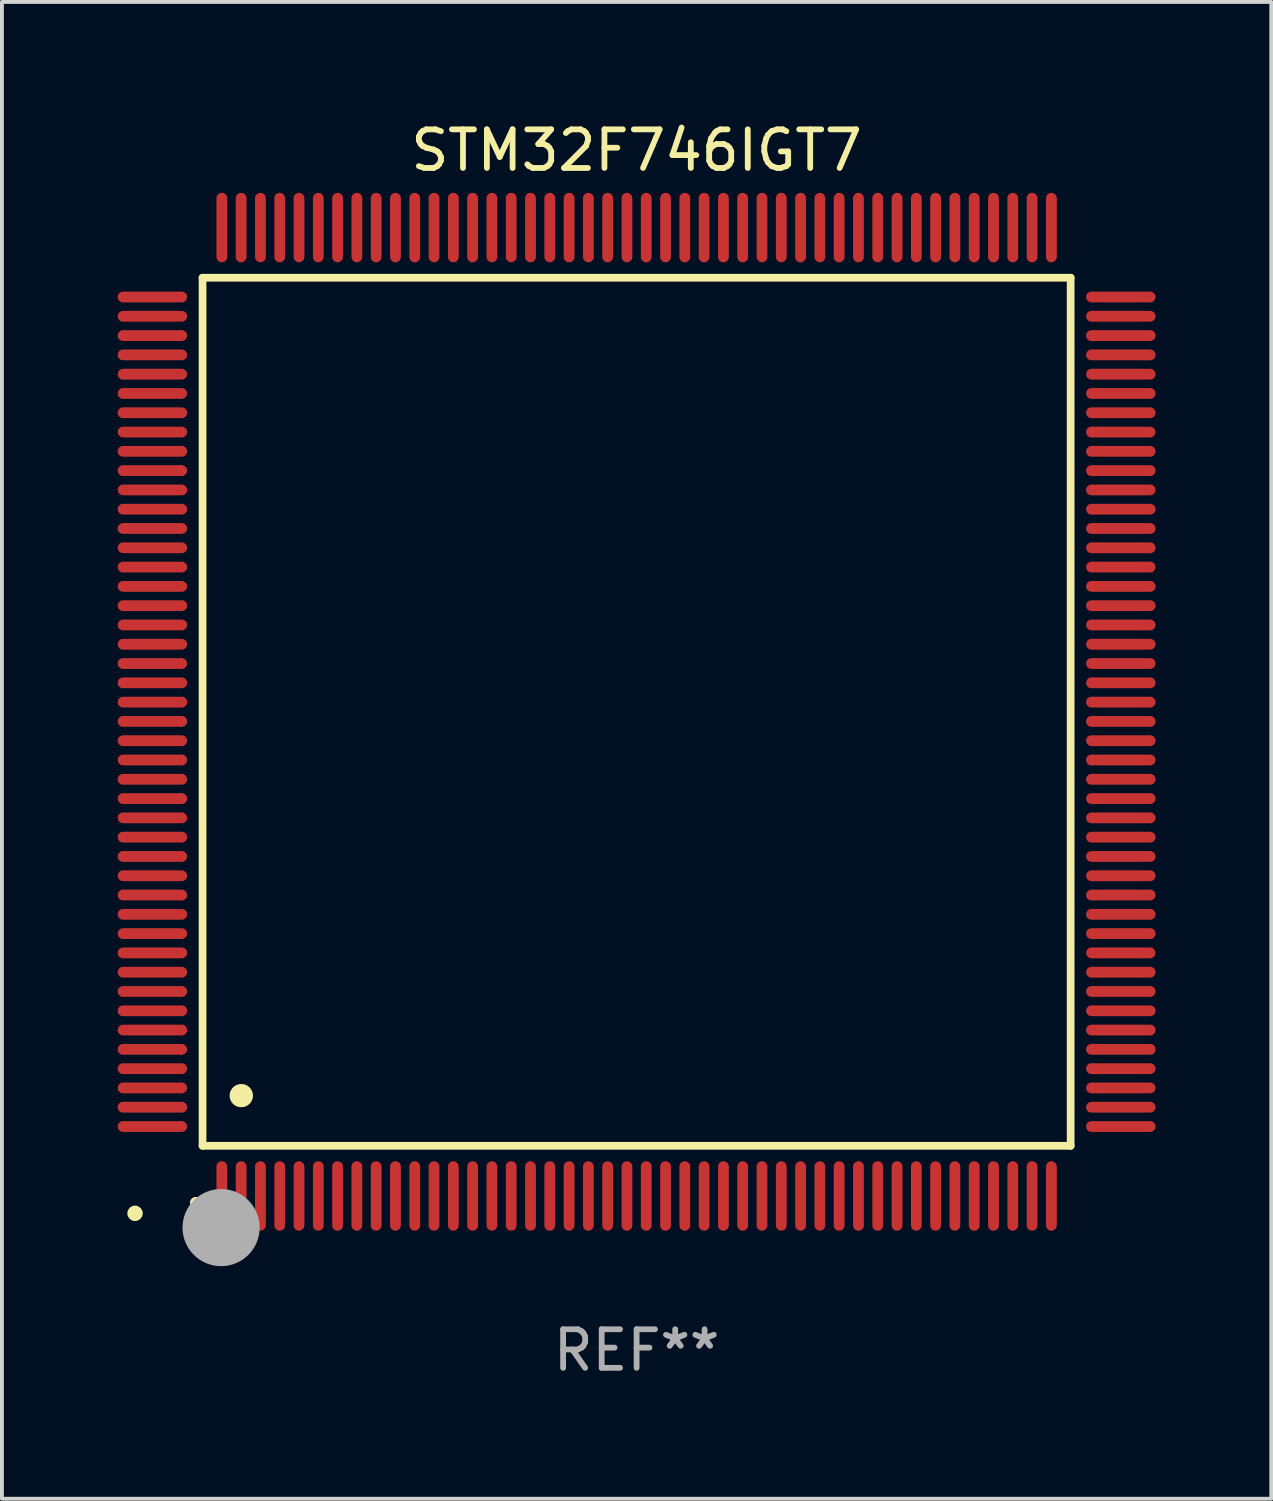
<source format=kicad_pcb>
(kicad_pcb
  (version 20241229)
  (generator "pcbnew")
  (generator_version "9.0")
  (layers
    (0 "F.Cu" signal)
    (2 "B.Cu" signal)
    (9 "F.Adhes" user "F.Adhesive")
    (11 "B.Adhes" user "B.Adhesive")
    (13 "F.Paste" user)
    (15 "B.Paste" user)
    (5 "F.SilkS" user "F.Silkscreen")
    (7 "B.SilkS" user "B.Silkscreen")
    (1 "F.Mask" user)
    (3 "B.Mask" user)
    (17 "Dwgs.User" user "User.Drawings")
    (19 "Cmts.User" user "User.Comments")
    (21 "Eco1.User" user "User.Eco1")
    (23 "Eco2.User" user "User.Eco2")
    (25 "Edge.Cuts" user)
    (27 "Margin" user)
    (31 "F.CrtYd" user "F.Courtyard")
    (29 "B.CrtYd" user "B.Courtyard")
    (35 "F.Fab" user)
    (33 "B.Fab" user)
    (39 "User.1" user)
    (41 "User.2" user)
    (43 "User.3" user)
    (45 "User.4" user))
  (footprint "STM32F746IGT7"
    (layer "F.Cu")
    (at 13.45 15.398)
    (property "Reference" "STM32F746IGT7" (at 0 -14.55 0) (layer "F.SilkS") (effects (font (size 1 1) (thickness 0.15))))
    (attr through_hole)
    (fp_line (start -11.25 -11.25) (end 11.25 -11.25) (stroke (width 0.2) (type solid)) (layer "F.SilkS"))
    (fp_line (start -11.25 11.25) (end -11.25 -11.25) (stroke (width 0.2) (type solid)) (layer "F.SilkS"))
    (fp_line (start 11.25 -11.25) (end 11.25 11.25) (stroke (width 0.2) (type solid)) (layer "F.SilkS"))
    (fp_line (start 11.25 11.25) (end -11.25 11.25) (stroke (width 0.2) (type solid)) (layer "F.SilkS"))
    (fp_arc (start -11.424943 12.725425) (mid -11.423673 12.72542) (end -11.422403 12.725425) (stroke (width 0.3) (type solid)) (layer "F.SilkS"))
    (fp_arc (start -10.24892 9.9492) (mid -10.24638 9.949189) (end -10.24384 9.9492) (stroke (width 0.6) (type solid)) (layer "F.SilkS"))
    (fp_circle (center -13 13) (end -12.9 13) (stroke (width 0.2) (type solid)) (fill no) (layer "F.SilkS"))
    (fp_circle (center -10.77 13.37) (end -10.27 13.37) (stroke (width 1) (type solid)) (fill no) (layer "F.Fab"))
    (fp_text user "REF**" (at 0 16.55 0) (layer "F.Fab") (effects (font (size 1 1) (thickness 0.15))))
    (pad "1" smd oval (at -10.75 12.55) (size 0.28 1.8) (layers "F.Cu" "F.Mask" "F.Paste"))
    (pad "2" smd oval (at -10.25 12.55) (size 0.28 1.8) (layers "F.Cu" "F.Mask" "F.Paste"))
    (pad "3" smd oval (at -9.75 12.55) (size 0.28 1.8) (layers "F.Cu" "F.Mask" "F.Paste"))
    (pad "4" smd oval (at -9.25 12.55) (size 0.28 1.8) (layers "F.Cu" "F.Mask" "F.Paste"))
    (pad "5" smd oval (at -8.75 12.55) (size 0.28 1.8) (layers "F.Cu" "F.Mask" "F.Paste"))
    (pad "6" smd oval (at -8.25 12.55) (size 0.28 1.8) (layers "F.Cu" "F.Mask" "F.Paste"))
    (pad "7" smd oval (at -7.75 12.55) (size 0.28 1.8) (layers "F.Cu" "F.Mask" "F.Paste"))
    (pad "8" smd oval (at -7.25 12.55) (size 0.28 1.8) (layers "F.Cu" "F.Mask" "F.Paste"))
    (pad "9" smd oval (at -6.75 12.55) (size 0.28 1.8) (layers "F.Cu" "F.Mask" "F.Paste"))
    (pad "10" smd oval (at -6.25 12.55) (size 0.28 1.8) (layers "F.Cu" "F.Mask" "F.Paste"))
    (pad "11" smd oval (at -5.75 12.55) (size 0.28 1.8) (layers "F.Cu" "F.Mask" "F.Paste"))
    (pad "12" smd oval (at -5.25 12.55) (size 0.28 1.8) (layers "F.Cu" "F.Mask" "F.Paste"))
    (pad "13" smd oval (at -4.75 12.55) (size 0.28 1.8) (layers "F.Cu" "F.Mask" "F.Paste"))
    (pad "14" smd oval (at -4.25 12.55) (size 0.28 1.8) (layers "F.Cu" "F.Mask" "F.Paste"))
    (pad "15" smd oval (at -3.75 12.55) (size 0.28 1.8) (layers "F.Cu" "F.Mask" "F.Paste"))
    (pad "16" smd oval (at -3.25 12.55) (size 0.28 1.8) (layers "F.Cu" "F.Mask" "F.Paste"))
    (pad "17" smd oval (at -2.75 12.55) (size 0.28 1.8) (layers "F.Cu" "F.Mask" "F.Paste"))
    (pad "18" smd oval (at -2.25 12.55) (size 0.28 1.8) (layers "F.Cu" "F.Mask" "F.Paste"))
    (pad "19" smd oval (at -1.75 12.55) (size 0.28 1.8) (layers "F.Cu" "F.Mask" "F.Paste"))
    (pad "20" smd oval (at -1.25 12.55) (size 0.28 1.8) (layers "F.Cu" "F.Mask" "F.Paste"))
    (pad "21" smd oval (at -0.75 12.55) (size 0.28 1.8) (layers "F.Cu" "F.Mask" "F.Paste"))
    (pad "22" smd oval (at -0.25 12.55) (size 0.28 1.8) (layers "F.Cu" "F.Mask" "F.Paste"))
    (pad "23" smd oval (at 0.25 12.55) (size 0.28 1.8) (layers "F.Cu" "F.Mask" "F.Paste"))
    (pad "24" smd oval (at 0.75 12.55) (size 0.28 1.8) (layers "F.Cu" "F.Mask" "F.Paste"))
    (pad "25" smd oval (at 1.25 12.55) (size 0.28 1.8) (layers "F.Cu" "F.Mask" "F.Paste"))
    (pad "26" smd oval (at 1.75 12.55) (size 0.28 1.8) (layers "F.Cu" "F.Mask" "F.Paste"))
    (pad "27" smd oval (at 2.25 12.55) (size 0.28 1.8) (layers "F.Cu" "F.Mask" "F.Paste"))
    (pad "28" smd oval (at 2.75 12.55) (size 0.28 1.8) (layers "F.Cu" "F.Mask" "F.Paste"))
    (pad "29" smd oval (at 3.25 12.55) (size 0.28 1.8) (layers "F.Cu" "F.Mask" "F.Paste"))
    (pad "30" smd oval (at 3.75 12.55) (size 0.28 1.8) (layers "F.Cu" "F.Mask" "F.Paste"))
    (pad "31" smd oval (at 4.25 12.55) (size 0.28 1.8) (layers "F.Cu" "F.Mask" "F.Paste"))
    (pad "32" smd oval (at 4.75 12.55) (size 0.28 1.8) (layers "F.Cu" "F.Mask" "F.Paste"))
    (pad "33" smd oval (at 5.25 12.55) (size 0.28 1.8) (layers "F.Cu" "F.Mask" "F.Paste"))
    (pad "34" smd oval (at 5.75 12.55) (size 0.28 1.8) (layers "F.Cu" "F.Mask" "F.Paste"))
    (pad "35" smd oval (at 6.25 12.55) (size 0.28 1.8) (layers "F.Cu" "F.Mask" "F.Paste"))
    (pad "36" smd oval (at 6.75 12.55) (size 0.28 1.8) (layers "F.Cu" "F.Mask" "F.Paste"))
    (pad "37" smd oval (at 7.25 12.55) (size 0.28 1.8) (layers "F.Cu" "F.Mask" "F.Paste"))
    (pad "38" smd oval (at 7.75 12.55) (size 0.28 1.8) (layers "F.Cu" "F.Mask" "F.Paste"))
    (pad "39" smd oval (at 8.25 12.55) (size 0.28 1.8) (layers "F.Cu" "F.Mask" "F.Paste"))
    (pad "40" smd oval (at 8.75 12.55) (size 0.28 1.8) (layers "F.Cu" "F.Mask" "F.Paste"))
    (pad "41" smd oval (at 9.25 12.55) (size 0.28 1.8) (layers "F.Cu" "F.Mask" "F.Paste"))
    (pad "42" smd oval (at 9.75 12.55) (size 0.28 1.8) (layers "F.Cu" "F.Mask" "F.Paste"))
    (pad "43" smd oval (at 10.25 12.55) (size 0.28 1.8) (layers "F.Cu" "F.Mask" "F.Paste"))
    (pad "44" smd oval (at 10.75 12.55) (size 0.28 1.8) (layers "F.Cu" "F.Mask" "F.Paste"))
    (pad "45" smd oval (at 12.55 10.75) (size 1.8 0.28) (layers "F.Cu" "F.Mask" "F.Paste"))
    (pad "46" smd oval (at 12.55 10.25) (size 1.8 0.28) (layers "F.Cu" "F.Mask" "F.Paste"))
    (pad "47" smd oval (at 12.55 9.75) (size 1.8 0.28) (layers "F.Cu" "F.Mask" "F.Paste"))
    (pad "48" smd oval (at 12.55 9.25) (size 1.8 0.28) (layers "F.Cu" "F.Mask" "F.Paste"))
    (pad "49" smd oval (at 12.55 8.75) (size 1.8 0.28) (layers "F.Cu" "F.Mask" "F.Paste"))
    (pad "50" smd oval (at 12.55 8.25) (size 1.8 0.28) (layers "F.Cu" "F.Mask" "F.Paste"))
    (pad "51" smd oval (at 12.55 7.75) (size 1.8 0.28) (layers "F.Cu" "F.Mask" "F.Paste"))
    (pad "52" smd oval (at 12.55 7.25) (size 1.8 0.28) (layers "F.Cu" "F.Mask" "F.Paste"))
    (pad "53" smd oval (at 12.55 6.75) (size 1.8 0.28) (layers "F.Cu" "F.Mask" "F.Paste"))
    (pad "54" smd oval (at 12.55 6.25) (size 1.8 0.28) (layers "F.Cu" "F.Mask" "F.Paste"))
    (pad "55" smd oval (at 12.55 5.75) (size 1.8 0.28) (layers "F.Cu" "F.Mask" "F.Paste"))
    (pad "56" smd oval (at 12.55 5.25) (size 1.8 0.28) (layers "F.Cu" "F.Mask" "F.Paste"))
    (pad "57" smd oval (at 12.55 4.75) (size 1.8 0.28) (layers "F.Cu" "F.Mask" "F.Paste"))
    (pad "58" smd oval (at 12.55 4.25) (size 1.8 0.28) (layers "F.Cu" "F.Mask" "F.Paste"))
    (pad "59" smd oval (at 12.55 3.75) (size 1.8 0.28) (layers "F.Cu" "F.Mask" "F.Paste"))
    (pad "60" smd oval (at 12.55 3.25) (size 1.8 0.28) (layers "F.Cu" "F.Mask" "F.Paste"))
    (pad "61" smd oval (at 12.55 2.75) (size 1.8 0.28) (layers "F.Cu" "F.Mask" "F.Paste"))
    (pad "62" smd oval (at 12.55 2.25) (size 1.8 0.28) (layers "F.Cu" "F.Mask" "F.Paste"))
    (pad "63" smd oval (at 12.55 1.75) (size 1.8 0.28) (layers "F.Cu" "F.Mask" "F.Paste"))
    (pad "64" smd oval (at 12.55 1.25) (size 1.8 0.28) (layers "F.Cu" "F.Mask" "F.Paste"))
    (pad "65" smd oval (at 12.55 0.75) (size 1.8 0.28) (layers "F.Cu" "F.Mask" "F.Paste"))
    (pad "66" smd oval (at 12.55 0.25) (size 1.8 0.28) (layers "F.Cu" "F.Mask" "F.Paste"))
    (pad "67" smd oval (at 12.55 -0.25) (size 1.8 0.28) (layers "F.Cu" "F.Mask" "F.Paste"))
    (pad "68" smd oval (at 12.55 -0.75) (size 1.8 0.28) (layers "F.Cu" "F.Mask" "F.Paste"))
    (pad "69" smd oval (at 12.55 -1.25) (size 1.8 0.28) (layers "F.Cu" "F.Mask" "F.Paste"))
    (pad "70" smd oval (at 12.55 -1.75) (size 1.8 0.28) (layers "F.Cu" "F.Mask" "F.Paste"))
    (pad "71" smd oval (at 12.55 -2.25) (size 1.8 0.28) (layers "F.Cu" "F.Mask" "F.Paste"))
    (pad "72" smd oval (at 12.55 -2.75) (size 1.8 0.28) (layers "F.Cu" "F.Mask" "F.Paste"))
    (pad "73" smd oval (at 12.55 -3.25) (size 1.8 0.28) (layers "F.Cu" "F.Mask" "F.Paste"))
    (pad "74" smd oval (at 12.55 -3.75) (size 1.8 0.28) (layers "F.Cu" "F.Mask" "F.Paste"))
    (pad "75" smd oval (at 12.55 -4.25) (size 1.8 0.28) (layers "F.Cu" "F.Mask" "F.Paste"))
    (pad "76" smd oval (at 12.55 -4.75) (size 1.8 0.28) (layers "F.Cu" "F.Mask" "F.Paste"))
    (pad "77" smd oval (at 12.55 -5.25) (size 1.8 0.28) (layers "F.Cu" "F.Mask" "F.Paste"))
    (pad "78" smd oval (at 12.55 -5.75) (size 1.8 0.28) (layers "F.Cu" "F.Mask" "F.Paste"))
    (pad "79" smd oval (at 12.55 -6.25) (size 1.8 0.28) (layers "F.Cu" "F.Mask" "F.Paste"))
    (pad "80" smd oval (at 12.55 -6.75) (size 1.8 0.28) (layers "F.Cu" "F.Mask" "F.Paste"))
    (pad "81" smd oval (at 12.55 -7.25) (size 1.8 0.28) (layers "F.Cu" "F.Mask" "F.Paste"))
    (pad "82" smd oval (at 12.55 -7.75) (size 1.8 0.28) (layers "F.Cu" "F.Mask" "F.Paste"))
    (pad "83" smd oval (at 12.55 -8.25) (size 1.8 0.28) (layers "F.Cu" "F.Mask" "F.Paste"))
    (pad "84" smd oval (at 12.55 -8.75) (size 1.8 0.28) (layers "F.Cu" "F.Mask" "F.Paste"))
    (pad "85" smd oval (at 12.55 -9.25) (size 1.8 0.28) (layers "F.Cu" "F.Mask" "F.Paste"))
    (pad "86" smd oval (at 12.55 -9.75) (size 1.8 0.28) (layers "F.Cu" "F.Mask" "F.Paste"))
    (pad "87" smd oval (at 12.55 -10.25) (size 1.8 0.28) (layers "F.Cu" "F.Mask" "F.Paste"))
    (pad "88" smd oval (at 12.55 -10.75) (size 1.8 0.28) (layers "F.Cu" "F.Mask" "F.Paste"))
    (pad "89" smd oval (at 10.75 -12.55) (size 0.28 1.8) (layers "F.Cu" "F.Mask" "F.Paste"))
    (pad "90" smd oval (at 10.25 -12.55) (size 0.28 1.8) (layers "F.Cu" "F.Mask" "F.Paste"))
    (pad "91" smd oval (at 9.75 -12.55) (size 0.28 1.8) (layers "F.Cu" "F.Mask" "F.Paste"))
    (pad "92" smd oval (at 9.25 -12.55) (size 0.28 1.8) (layers "F.Cu" "F.Mask" "F.Paste"))
    (pad "93" smd oval (at 8.75 -12.55) (size 0.28 1.8) (layers "F.Cu" "F.Mask" "F.Paste"))
    (pad "94" smd oval (at 8.25 -12.55) (size 0.28 1.8) (layers "F.Cu" "F.Mask" "F.Paste"))
    (pad "95" smd oval (at 7.75 -12.55) (size 0.28 1.8) (layers "F.Cu" "F.Mask" "F.Paste"))
    (pad "96" smd oval (at 7.25 -12.55) (size 0.28 1.8) (layers "F.Cu" "F.Mask" "F.Paste"))
    (pad "97" smd oval (at 6.75 -12.55) (size 0.28 1.8) (layers "F.Cu" "F.Mask" "F.Paste"))
    (pad "98" smd oval (at 6.25 -12.55) (size 0.28 1.8) (layers "F.Cu" "F.Mask" "F.Paste"))
    (pad "99" smd oval (at 5.75 -12.55) (size 0.28 1.8) (layers "F.Cu" "F.Mask" "F.Paste"))
    (pad "100" smd oval (at 5.25 -12.55) (size 0.28 1.8) (layers "F.Cu" "F.Mask" "F.Paste"))
    (pad "101" smd oval (at 4.75 -12.55) (size 0.28 1.8) (layers "F.Cu" "F.Mask" "F.Paste"))
    (pad "102" smd oval (at 4.25 -12.55) (size 0.28 1.8) (layers "F.Cu" "F.Mask" "F.Paste"))
    (pad "103" smd oval (at 3.75 -12.55) (size 0.28 1.8) (layers "F.Cu" "F.Mask" "F.Paste"))
    (pad "104" smd oval (at 3.25 -12.55) (size 0.28 1.8) (layers "F.Cu" "F.Mask" "F.Paste"))
    (pad "105" smd oval (at 2.75 -12.55) (size 0.28 1.8) (layers "F.Cu" "F.Mask" "F.Paste"))
    (pad "106" smd oval (at 2.25 -12.55) (size 0.28 1.8) (layers "F.Cu" "F.Mask" "F.Paste"))
    (pad "107" smd oval (at 1.75 -12.55) (size 0.28 1.8) (layers "F.Cu" "F.Mask" "F.Paste"))
    (pad "108" smd oval (at 1.25 -12.55) (size 0.28 1.8) (layers "F.Cu" "F.Mask" "F.Paste"))
    (pad "109" smd oval (at 0.75 -12.55) (size 0.28 1.8) (layers "F.Cu" "F.Mask" "F.Paste"))
    (pad "110" smd oval (at 0.25 -12.55) (size 0.28 1.8) (layers "F.Cu" "F.Mask" "F.Paste"))
    (pad "111" smd oval (at -0.25 -12.55) (size 0.28 1.8) (layers "F.Cu" "F.Mask" "F.Paste"))
    (pad "112" smd oval (at -0.75 -12.55) (size 0.28 1.8) (layers "F.Cu" "F.Mask" "F.Paste"))
    (pad "113" smd oval (at -1.25 -12.55) (size 0.28 1.8) (layers "F.Cu" "F.Mask" "F.Paste"))
    (pad "114" smd oval (at -1.75 -12.55) (size 0.28 1.8) (layers "F.Cu" "F.Mask" "F.Paste"))
    (pad "115" smd oval (at -2.25 -12.55) (size 0.28 1.8) (layers "F.Cu" "F.Mask" "F.Paste"))
    (pad "116" smd oval (at -2.75 -12.55) (size 0.28 1.8) (layers "F.Cu" "F.Mask" "F.Paste"))
    (pad "117" smd oval (at -3.25 -12.55) (size 0.28 1.8) (layers "F.Cu" "F.Mask" "F.Paste"))
    (pad "118" smd oval (at -3.75 -12.55) (size 0.28 1.8) (layers "F.Cu" "F.Mask" "F.Paste"))
    (pad "119" smd oval (at -4.25 -12.55) (size 0.28 1.8) (layers "F.Cu" "F.Mask" "F.Paste"))
    (pad "120" smd oval (at -4.75 -12.55) (size 0.28 1.8) (layers "F.Cu" "F.Mask" "F.Paste"))
    (pad "121" smd oval (at -5.25 -12.55) (size 0.28 1.8) (layers "F.Cu" "F.Mask" "F.Paste"))
    (pad "122" smd oval (at -5.75 -12.55) (size 0.28 1.8) (layers "F.Cu" "F.Mask" "F.Paste"))
    (pad "123" smd oval (at -6.25 -12.55) (size 0.28 1.8) (layers "F.Cu" "F.Mask" "F.Paste"))
    (pad "124" smd oval (at -6.75 -12.55) (size 0.28 1.8) (layers "F.Cu" "F.Mask" "F.Paste"))
    (pad "125" smd oval (at -7.25 -12.55) (size 0.28 1.8) (layers "F.Cu" "F.Mask" "F.Paste"))
    (pad "126" smd oval (at -7.75 -12.55) (size 0.28 1.8) (layers "F.Cu" "F.Mask" "F.Paste"))
    (pad "127" smd oval (at -8.25 -12.55) (size 0.28 1.8) (layers "F.Cu" "F.Mask" "F.Paste"))
    (pad "128" smd oval (at -8.75 -12.55) (size 0.28 1.8) (layers "F.Cu" "F.Mask" "F.Paste"))
    (pad "129" smd oval (at -9.25 -12.55) (size 0.28 1.8) (layers "F.Cu" "F.Mask" "F.Paste"))
    (pad "130" smd oval (at -9.75 -12.55) (size 0.28 1.8) (layers "F.Cu" "F.Mask" "F.Paste"))
    (pad "131" smd oval (at -10.25 -12.55) (size 0.28 1.8) (layers "F.Cu" "F.Mask" "F.Paste"))
    (pad "132" smd oval (at -10.75 -12.55) (size 0.28 1.8) (layers "F.Cu" "F.Mask" "F.Paste"))
    (pad "133" smd oval (at -12.55 -10.75) (size 1.8 0.28) (layers "F.Cu" "F.Mask" "F.Paste"))
    (pad "134" smd oval (at -12.55 -10.25) (size 1.8 0.28) (layers "F.Cu" "F.Mask" "F.Paste"))
    (pad "135" smd oval (at -12.55 -9.75) (size 1.8 0.28) (layers "F.Cu" "F.Mask" "F.Paste"))
    (pad "136" smd oval (at -12.55 -9.25) (size 1.8 0.28) (layers "F.Cu" "F.Mask" "F.Paste"))
    (pad "137" smd oval (at -12.55 -8.75) (size 1.8 0.28) (layers "F.Cu" "F.Mask" "F.Paste"))
    (pad "138" smd oval (at -12.55 -8.25) (size 1.8 0.28) (layers "F.Cu" "F.Mask" "F.Paste"))
    (pad "139" smd oval (at -12.55 -7.75) (size 1.8 0.28) (layers "F.Cu" "F.Mask" "F.Paste"))
    (pad "140" smd oval (at -12.55 -7.25) (size 1.8 0.28) (layers "F.Cu" "F.Mask" "F.Paste"))
    (pad "141" smd oval (at -12.55 -6.75) (size 1.8 0.28) (layers "F.Cu" "F.Mask" "F.Paste"))
    (pad "142" smd oval (at -12.55 -6.25) (size 1.8 0.28) (layers "F.Cu" "F.Mask" "F.Paste"))
    (pad "143" smd oval (at -12.55 -5.75) (size 1.8 0.28) (layers "F.Cu" "F.Mask" "F.Paste"))
    (pad "144" smd oval (at -12.55 -5.25) (size 1.8 0.28) (layers "F.Cu" "F.Mask" "F.Paste"))
    (pad "145" smd oval (at -12.55 -4.75) (size 1.8 0.28) (layers "F.Cu" "F.Mask" "F.Paste"))
    (pad "146" smd oval (at -12.55 -4.25) (size 1.8 0.28) (layers "F.Cu" "F.Mask" "F.Paste"))
    (pad "147" smd oval (at -12.55 -3.75) (size 1.8 0.28) (layers "F.Cu" "F.Mask" "F.Paste"))
    (pad "148" smd oval (at -12.55 -3.25) (size 1.8 0.28) (layers "F.Cu" "F.Mask" "F.Paste"))
    (pad "149" smd oval (at -12.55 -2.75) (size 1.8 0.28) (layers "F.Cu" "F.Mask" "F.Paste"))
    (pad "150" smd oval (at -12.55 -2.25) (size 1.8 0.28) (layers "F.Cu" "F.Mask" "F.Paste"))
    (pad "151" smd oval (at -12.55 -1.75) (size 1.8 0.28) (layers "F.Cu" "F.Mask" "F.Paste"))
    (pad "152" smd oval (at -12.55 -1.25) (size 1.8 0.28) (layers "F.Cu" "F.Mask" "F.Paste"))
    (pad "153" smd oval (at -12.55 -0.75) (size 1.8 0.28) (layers "F.Cu" "F.Mask" "F.Paste"))
    (pad "154" smd oval (at -12.55 -0.25) (size 1.8 0.28) (layers "F.Cu" "F.Mask" "F.Paste"))
    (pad "155" smd oval (at -12.55 0.25) (size 1.8 0.28) (layers "F.Cu" "F.Mask" "F.Paste"))
    (pad "156" smd oval (at -12.55 0.75) (size 1.8 0.28) (layers "F.Cu" "F.Mask" "F.Paste"))
    (pad "157" smd oval (at -12.55 1.25) (size 1.8 0.28) (layers "F.Cu" "F.Mask" "F.Paste"))
    (pad "158" smd oval (at -12.55 1.75) (size 1.8 0.28) (layers "F.Cu" "F.Mask" "F.Paste"))
    (pad "159" smd oval (at -12.55 2.25) (size 1.8 0.28) (layers "F.Cu" "F.Mask" "F.Paste"))
    (pad "160" smd oval (at -12.55 2.75) (size 1.8 0.28) (layers "F.Cu" "F.Mask" "F.Paste"))
    (pad "161" smd oval (at -12.55 3.25) (size 1.8 0.28) (layers "F.Cu" "F.Mask" "F.Paste"))
    (pad "162" smd oval (at -12.55 3.75) (size 1.8 0.28) (layers "F.Cu" "F.Mask" "F.Paste"))
    (pad "163" smd oval (at -12.55 4.25) (size 1.8 0.28) (layers "F.Cu" "F.Mask" "F.Paste"))
    (pad "164" smd oval (at -12.55 4.75) (size 1.8 0.28) (layers "F.Cu" "F.Mask" "F.Paste"))
    (pad "165" smd oval (at -12.55 5.25) (size 1.8 0.28) (layers "F.Cu" "F.Mask" "F.Paste"))
    (pad "166" smd oval (at -12.55 5.75) (size 1.8 0.28) (layers "F.Cu" "F.Mask" "F.Paste"))
    (pad "167" smd oval (at -12.55 6.25) (size 1.8 0.28) (layers "F.Cu" "F.Mask" "F.Paste"))
    (pad "168" smd oval (at -12.55 6.75) (size 1.8 0.28) (layers "F.Cu" "F.Mask" "F.Paste"))
    (pad "169" smd oval (at -12.55 7.25) (size 1.8 0.28) (layers "F.Cu" "F.Mask" "F.Paste"))
    (pad "170" smd oval (at -12.55 7.75) (size 1.8 0.28) (layers "F.Cu" "F.Mask" "F.Paste"))
    (pad "171" smd oval (at -12.55 8.25) (size 1.8 0.28) (layers "F.Cu" "F.Mask" "F.Paste"))
    (pad "172" smd oval (at -12.55 8.75) (size 1.8 0.28) (layers "F.Cu" "F.Mask" "F.Paste"))
    (pad "173" smd oval (at -12.55 9.25) (size 1.8 0.28) (layers "F.Cu" "F.Mask" "F.Paste"))
    (pad "174" smd oval (at -12.55 9.75) (size 1.8 0.28) (layers "F.Cu" "F.Mask" "F.Paste"))
    (pad "175" smd oval (at -12.55 10.25) (size 1.8 0.28) (layers "F.Cu" "F.Mask" "F.Paste"))
    (pad "176" smd oval (at -12.55 10.75) (size 1.8 0.28) (layers "F.Cu" "F.Mask" "F.Paste")))
  (gr_rect
    (start -3 -3)
    (end 29.9 35.796)
    (stroke (width 0.1) (type default))
    (fill no)
    (layer "Edge.Cuts")))
</source>
